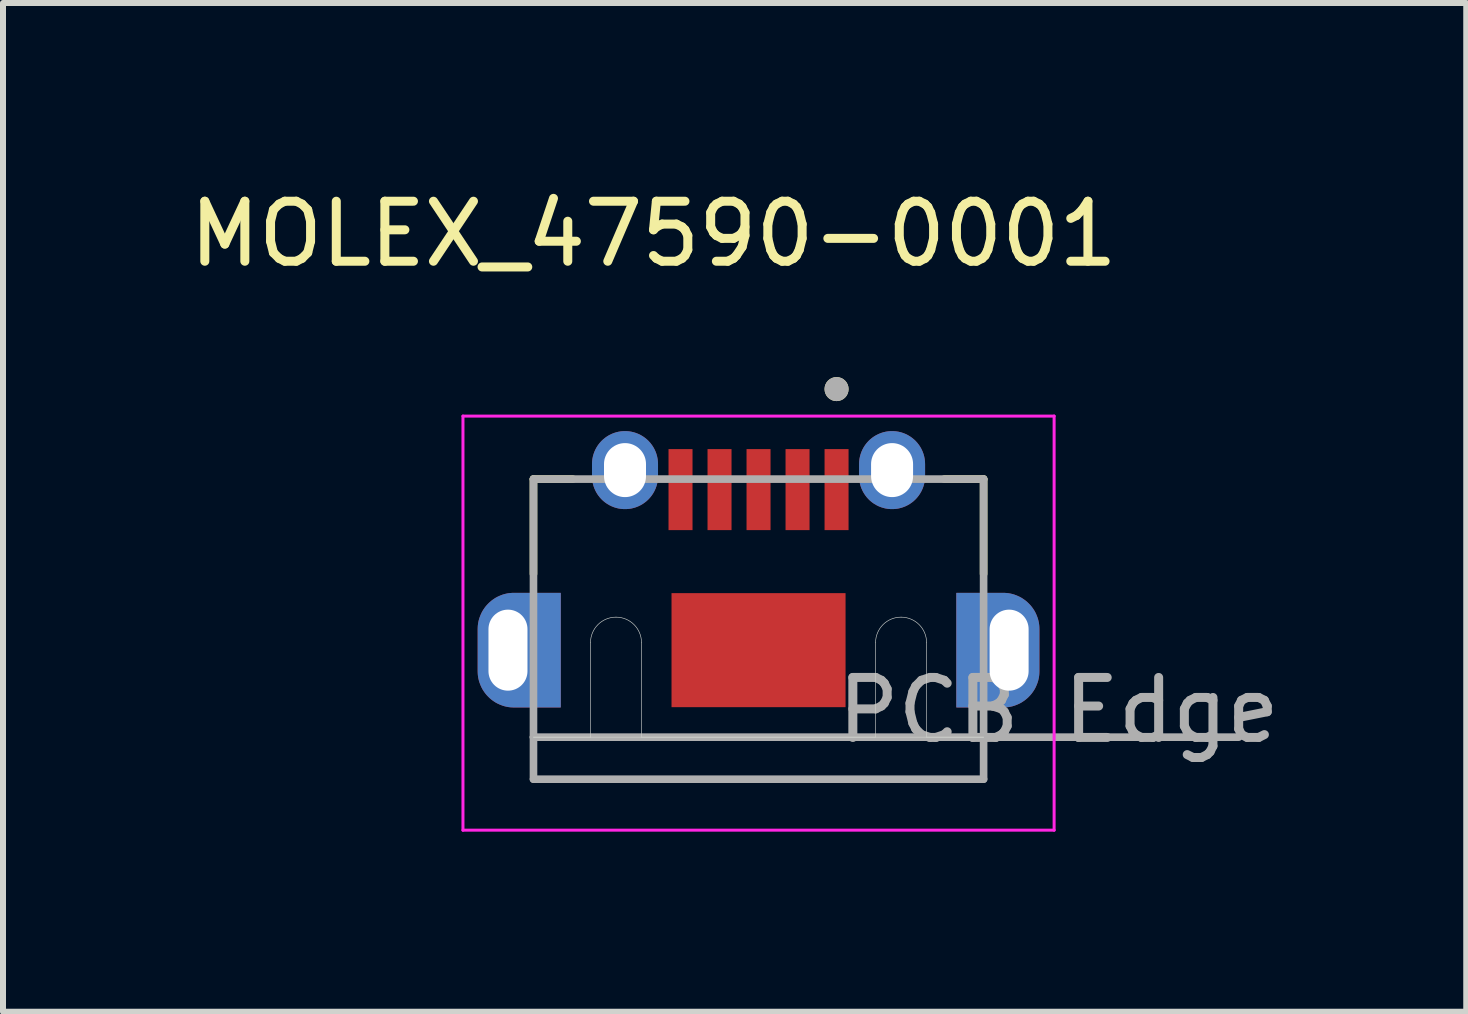
<source format=kicad_pcb>
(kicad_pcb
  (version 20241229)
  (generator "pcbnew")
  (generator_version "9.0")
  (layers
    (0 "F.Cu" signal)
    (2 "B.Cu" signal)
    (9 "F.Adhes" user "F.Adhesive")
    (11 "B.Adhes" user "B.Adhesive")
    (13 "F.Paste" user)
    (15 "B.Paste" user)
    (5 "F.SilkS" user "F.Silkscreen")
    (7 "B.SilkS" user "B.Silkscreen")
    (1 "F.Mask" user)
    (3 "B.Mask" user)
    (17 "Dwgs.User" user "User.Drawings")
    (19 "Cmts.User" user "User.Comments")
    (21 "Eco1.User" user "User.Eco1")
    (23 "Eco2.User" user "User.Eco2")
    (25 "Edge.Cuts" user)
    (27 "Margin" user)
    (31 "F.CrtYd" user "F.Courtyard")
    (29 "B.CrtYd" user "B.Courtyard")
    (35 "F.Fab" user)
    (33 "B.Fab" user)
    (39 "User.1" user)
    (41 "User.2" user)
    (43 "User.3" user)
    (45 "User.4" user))
  (footprint "MOLEX_47590-0001"
    (layer "F.Cu")
    (at 9.589 7.783)
    (property "Reference" "MOLEX_47590-0001" (at -1.75 -6.935 0) (layer "F.SilkS") (effects (font (size 1 1) (thickness 0.15))))
    (attr smd)
    (fp_poly (pts (xy -1.57 -3.42) (xy -1.03 -3.42) (xy -1.03 -1.93) (xy -1.57 -1.93)) (stroke (width 0.01) (type solid)) (fill yes) (layer "F.Mask"))
    (fp_poly (pts (xy -0.92 -3.42) (xy -0.38 -3.42) (xy -0.38 -1.93) (xy -0.92 -1.93)) (stroke (width 0.01) (type solid)) (fill yes) (layer "F.Mask"))
    (fp_poly (pts (xy -0.27 -3.42) (xy 0.27 -3.42) (xy 0.27 -1.93) (xy -0.27 -1.93)) (stroke (width 0.01) (type solid)) (fill yes) (layer "F.Mask"))
    (fp_poly (pts (xy 0.38 -3.42) (xy 0.92 -3.42) (xy 0.92 -1.93) (xy 0.38 -1.93)) (stroke (width 0.01) (type solid)) (fill yes) (layer "F.Mask"))
    (fp_poly (pts (xy 1.03 -3.42) (xy 1.57 -3.42) (xy 1.57 -1.93) (xy 1.03 -1.93)) (stroke (width 0.01) (type solid)) (fill yes) (layer "F.Mask"))
    (fp_poly (pts (xy -3.2 -1.05) (xy -4.075 -1.05) (xy -4.112 -1.049) (xy -4.148 -1.046) (xy -4.185 -1.041) (xy -4.221 -1.035) (xy -4.256 -1.026) (xy -4.291 -1.016) (xy -4.326 -1.004) (xy -4.36 -0.989) (xy -4.393 -0.974) (xy -4.425 -0.956) (xy -4.456 -0.937) (xy -4.486 -0.916) (xy -4.516 -0.894) (xy -4.543 -0.87) (xy -4.57 -0.845) (xy -4.595 -0.818) (xy -4.619 -0.791) (xy -4.641 -0.761) (xy -4.662 -0.731) (xy -4.681 -0.7) (xy -4.699 -0.668) (xy -4.714 -0.635) (xy -4.729 -0.601) (xy -4.741 -0.566) (xy -4.751 -0.531) (xy -4.76 -0.496) (xy -4.766 -0.46) (xy -4.771 -0.423) (xy -4.774 -0.387) (xy -4.775 -0.35) (xy -4.775 0.35) (xy -4.774 0.387) (xy -4.771 0.423) (xy -4.766 0.46) (xy -4.76 0.496) (xy -4.751 0.531) (xy -4.741 0.566) (xy -4.729 0.601) (xy -4.714 0.635) (xy -4.699 0.668) (xy -4.681 0.7) (xy -4.662 0.731) (xy -4.641 0.761) (xy -4.619 0.791) (xy -4.595 0.818) (xy -4.57 0.845) (xy -4.543 0.87) (xy -4.516 0.894) (xy -4.486 0.916) (xy -4.456 0.937) (xy -4.425 0.956) (xy -4.393 0.974) (xy -4.36 0.989) (xy -4.326 1.004) (xy -4.291 1.016) (xy -4.256 1.026) (xy -4.221 1.035) (xy -4.185 1.041) (xy -4.148 1.046) (xy -4.112 1.049) (xy -4.075 1.05) (xy -3.2 1.05) (xy -3.2 -1.05)) (stroke (width 0.01) (type solid)) (fill yes) (layer "F.Mask"))
    (fp_poly (pts (xy 3.2 -1.05) (xy 4.075 -1.05) (xy 4.112 -1.049) (xy 4.148 -1.046) (xy 4.185 -1.041) (xy 4.221 -1.035) (xy 4.256 -1.026) (xy 4.291 -1.016) (xy 4.326 -1.004) (xy 4.36 -0.989) (xy 4.393 -0.974) (xy 4.425 -0.956) (xy 4.456 -0.937) (xy 4.486 -0.916) (xy 4.516 -0.894) (xy 4.543 -0.87) (xy 4.57 -0.845) (xy 4.595 -0.818) (xy 4.619 -0.791) (xy 4.641 -0.761) (xy 4.662 -0.731) (xy 4.681 -0.7) (xy 4.699 -0.668) (xy 4.714 -0.635) (xy 4.729 -0.601) (xy 4.741 -0.566) (xy 4.751 -0.531) (xy 4.76 -0.496) (xy 4.766 -0.46) (xy 4.771 -0.423) (xy 4.774 -0.387) (xy 4.775 -0.35) (xy 4.775 0.35) (xy 4.774 0.387) (xy 4.771 0.423) (xy 4.766 0.46) (xy 4.76 0.496) (xy 4.751 0.531) (xy 4.741 0.566) (xy 4.729 0.601) (xy 4.714 0.635) (xy 4.699 0.668) (xy 4.681 0.7) (xy 4.662 0.731) (xy 4.641 0.761) (xy 4.619 0.791) (xy 4.595 0.818) (xy 4.57 0.845) (xy 4.543 0.87) (xy 4.516 0.894) (xy 4.486 0.916) (xy 4.456 0.937) (xy 4.425 0.956) (xy 4.393 0.974) (xy 4.36 0.989) (xy 4.326 1.004) (xy 4.291 1.016) (xy 4.256 1.026) (xy 4.221 1.035) (xy 4.185 1.041) (xy 4.148 1.046) (xy 4.112 1.049) (xy 4.075 1.05) (xy 3.2 1.05) (xy 3.2 -1.05)) (stroke (width 0.01) (type solid)) (fill yes) (layer "F.Mask"))
    (fp_poly (pts (xy -3.2 -1.05) (xy -4.075 -1.05) (xy -4.112 -1.049) (xy -4.148 -1.046) (xy -4.185 -1.041) (xy -4.221 -1.035) (xy -4.256 -1.026) (xy -4.291 -1.016) (xy -4.326 -1.004) (xy -4.36 -0.989) (xy -4.393 -0.974) (xy -4.425 -0.956) (xy -4.456 -0.937) (xy -4.486 -0.916) (xy -4.516 -0.894) (xy -4.543 -0.87) (xy -4.57 -0.845) (xy -4.595 -0.818) (xy -4.619 -0.791) (xy -4.641 -0.761) (xy -4.662 -0.731) (xy -4.681 -0.7) (xy -4.699 -0.668) (xy -4.714 -0.635) (xy -4.729 -0.601) (xy -4.741 -0.566) (xy -4.751 -0.531) (xy -4.76 -0.496) (xy -4.766 -0.46) (xy -4.771 -0.423) (xy -4.774 -0.387) (xy -4.775 -0.35) (xy -4.775 0.35) (xy -4.774 0.387) (xy -4.771 0.423) (xy -4.766 0.46) (xy -4.76 0.496) (xy -4.751 0.531) (xy -4.741 0.566) (xy -4.729 0.601) (xy -4.714 0.635) (xy -4.699 0.668) (xy -4.681 0.7) (xy -4.662 0.731) (xy -4.641 0.761) (xy -4.619 0.791) (xy -4.595 0.818) (xy -4.57 0.845) (xy -4.543 0.87) (xy -4.516 0.894) (xy -4.486 0.916) (xy -4.456 0.937) (xy -4.425 0.956) (xy -4.393 0.974) (xy -4.36 0.989) (xy -4.326 1.004) (xy -4.291 1.016) (xy -4.256 1.026) (xy -4.221 1.035) (xy -4.185 1.041) (xy -4.148 1.046) (xy -4.112 1.049) (xy -4.075 1.05) (xy -3.2 1.05) (xy -3.2 -1.05)) (stroke (width 0.01) (type solid)) (fill yes) (layer "B.Mask"))
    (fp_poly (pts (xy 3.2 -1.05) (xy 4.075 -1.05) (xy 4.112 -1.049) (xy 4.148 -1.046) (xy 4.185 -1.041) (xy 4.221 -1.035) (xy 4.256 -1.026) (xy 4.291 -1.016) (xy 4.326 -1.004) (xy 4.36 -0.989) (xy 4.393 -0.974) (xy 4.425 -0.956) (xy 4.456 -0.937) (xy 4.486 -0.916) (xy 4.516 -0.894) (xy 4.543 -0.87) (xy 4.57 -0.845) (xy 4.595 -0.818) (xy 4.619 -0.791) (xy 4.641 -0.761) (xy 4.662 -0.731) (xy 4.681 -0.7) (xy 4.699 -0.668) (xy 4.714 -0.635) (xy 4.729 -0.601) (xy 4.741 -0.566) (xy 4.751 -0.531) (xy 4.76 -0.496) (xy 4.766 -0.46) (xy 4.771 -0.423) (xy 4.774 -0.387) (xy 4.775 -0.35) (xy 4.775 0.35) (xy 4.774 0.387) (xy 4.771 0.423) (xy 4.766 0.46) (xy 4.76 0.496) (xy 4.751 0.531) (xy 4.741 0.566) (xy 4.729 0.601) (xy 4.714 0.635) (xy 4.699 0.668) (xy 4.681 0.7) (xy 4.662 0.731) (xy 4.641 0.761) (xy 4.619 0.791) (xy 4.595 0.818) (xy 4.57 0.845) (xy 4.543 0.87) (xy 4.516 0.894) (xy 4.486 0.916) (xy 4.456 0.937) (xy 4.425 0.956) (xy 4.393 0.974) (xy 4.36 0.989) (xy 4.326 1.004) (xy 4.291 1.016) (xy 4.256 1.026) (xy 4.221 1.035) (xy 4.185 1.041) (xy 4.148 1.046) (xy 4.112 1.049) (xy 4.075 1.05) (xy 3.2 1.05) (xy 3.2 -1.05)) (stroke (width 0.01) (type solid)) (fill yes) (layer "B.Mask"))
    (fp_line (start -3.75 -2.85) (end -3.095 -2.85) (stroke (width 0.127) (type solid)) (layer "F.SilkS"))
    (fp_line (start -3.75 -1.27) (end -3.75 -2.85) (stroke (width 0.127) (type solid)) (layer "F.SilkS"))
    (fp_line (start 3.095 -2.85) (end 3.75 -2.85) (stroke (width 0.127) (type solid)) (layer "F.SilkS"))
    (fp_line (start 3.75 -2.85) (end 3.75 -1.27) (stroke (width 0.127) (type solid)) (layer "F.SilkS"))
    (fp_circle (center 1.3 -4.35) (end 1.4 -4.35) (stroke (width 0.2) (type solid)) (fill no) (layer "F.SilkS"))
    (fp_line (start -3.75 1.45) (end -2.8 1.45) (stroke (width 0.01) (type solid)) (layer "Edge.Cuts"))
    (fp_line (start -2.8 1.45) (end -2.8 -0.125) (stroke (width 0.01) (type solid)) (layer "Edge.Cuts"))
    (fp_line (start -1.95 -0.125) (end -1.95 1.45) (stroke (width 0.01) (type solid)) (layer "Edge.Cuts"))
    (fp_line (start -1.95 1.45) (end 1.95 1.45) (stroke (width 0.01) (type solid)) (layer "Edge.Cuts"))
    (fp_line (start 1.95 1.45) (end 1.95 -0.125) (stroke (width 0.01) (type solid)) (layer "Edge.Cuts"))
    (fp_line (start 2.8 -0.125) (end 2.8 1.45) (stroke (width 0.01) (type solid)) (layer "Edge.Cuts"))
    (fp_line (start 2.8 1.45) (end 3.75 1.45) (stroke (width 0.01) (type solid)) (layer "Edge.Cuts"))
    (fp_line (start 3.75 1.45) (end -3.75 1.45) (stroke (width 0.01) (type solid)) (layer "Edge.Cuts"))
    (fp_arc (start -2.8 -0.125) (mid -2.67552 -0.42552) (end -2.375 -0.55) (stroke (width 0.01) (type solid)) (layer "Edge.Cuts"))
    (fp_arc (start -2.375 -0.55) (mid -2.07448 -0.42552) (end -1.95 -0.125) (stroke (width 0.01) (type solid)) (layer "Edge.Cuts"))
    (fp_arc (start 1.95 -0.125) (mid 2.07448 -0.42552) (end 2.375 -0.55) (stroke (width 0.01) (type solid)) (layer "Edge.Cuts"))
    (fp_arc (start 2.375 -0.55) (mid 2.67552 -0.42552) (end 2.8 -0.125) (stroke (width 0.01) (type solid)) (layer "Edge.Cuts"))
    (fp_line (start -4.925 -3.9) (end -4.925 3) (stroke (width 0.05) (type solid)) (layer "F.CrtYd"))
    (fp_line (start -4.925 3) (end 4.925 3) (stroke (width 0.05) (type solid)) (layer "F.CrtYd"))
    (fp_line (start 4.925 -3.9) (end -4.925 -3.9) (stroke (width 0.05) (type solid)) (layer "F.CrtYd"))
    (fp_line (start 4.925 3) (end 4.925 -3.9) (stroke (width 0.05) (type solid)) (layer "F.CrtYd"))
    (fp_line (start -3.75 -2.85) (end 3.75 -2.85) (stroke (width 0.127) (type solid)) (layer "F.Fab"))
    (fp_line (start -3.75 1.45) (end -3.75 -2.85) (stroke (width 0.127) (type solid)) (layer "F.Fab"))
    (fp_line (start -3.75 1.45) (end 8 1.45) (stroke (width 0.127) (type solid)) (layer "F.Fab"))
    (fp_line (start -3.75 2.15) (end -3.75 1.45) (stroke (width 0.127) (type solid)) (layer "F.Fab"))
    (fp_line (start 3.75 -2.85) (end 3.75 2.15) (stroke (width 0.127) (type solid)) (layer "F.Fab"))
    (fp_line (start 3.75 2.15) (end -3.75 2.15) (stroke (width 0.127) (type solid)) (layer "F.Fab"))
    (fp_circle (center 1.3 -4.35) (end 1.4 -4.35) (stroke (width 0.2) (type solid)) (fill no) (layer "F.Fab"))
    (fp_text user "PCB Edge" (at 5 1 0) (layer "F.Fab") (effects (font (size 1 1) (thickness 0.15))))
    (pad "1" smd rect (at 1.3 -2.675) (size 0.4 1.35) (layers "F.Cu" "F.Paste"))
    (pad "2" smd rect (at 0.65 -2.675) (size 0.4 1.35) (layers "F.Cu" "F.Paste"))
    (pad "3" smd rect (at 0 -2.675) (size 0.4 1.35) (layers "F.Cu" "F.Paste"))
    (pad "4" smd rect (at -0.65 -2.675) (size 0.4 1.35) (layers "F.Cu" "F.Paste"))
    (pad "5" smd rect (at -1.3 -2.675) (size 0.4 1.35) (layers "F.Cu" "F.Paste"))
    (pad "SH1" thru_hole custom (at -4.175 0) (size 1 1.9) (drill oval 0.65 1.35) (layers "*.Cu") (options (anchor circle)) (primitives (gr_poly (pts (xy 0.875 -0.95) (xy 0.1 -0.95) (xy 0.069 -0.949) (xy 0.037 -0.947) (xy 0.006 -0.943) (xy -0.025 -0.937) (xy -0.055 -0.93) (xy -0.085 -0.921) (xy -0.115 -0.91) (xy -0.144 -0.898) (xy -0.172 -0.885) (xy -0.2 -0.87) (xy -0.227 -0.853) (xy -0.253 -0.835) (xy -0.278 -0.816) (xy -0.301 -0.796) (xy -0.324 -0.774) (xy -0.346 -0.751) (xy -0.366 -0.728) (xy -0.385 -0.703) (xy -0.403 -0.677) (xy -0.42 -0.65) (xy -0.435 -0.622) (xy -0.448 -0.594) (xy -0.46 -0.565) (xy -0.471 -0.535) (xy -0.48 -0.505) (xy -0.487 -0.475) (xy -0.493 -0.444) (xy -0.497 -0.413) (xy -0.499 -0.381) (xy -0.5 -0.35) (xy -0.5 0.35) (xy -0.499 0.381) (xy -0.497 0.413) (xy -0.493 0.444) (xy -0.487 0.475) (xy -0.48 0.505) (xy -0.471 0.535) (xy -0.46 0.565) (xy -0.448 0.594) (xy -0.435 0.622) (xy -0.42 0.65) (xy -0.403 0.677) (xy -0.385 0.703) (xy -0.366 0.728) (xy -0.346 0.751) (xy -0.324 0.774) (xy -0.301 0.796) (xy -0.278 0.816) (xy -0.253 0.835) (xy -0.227 0.853) (xy -0.2 0.87) (xy -0.172 0.885) (xy -0.144 0.898) (xy -0.115 0.91) (xy -0.085 0.921) (xy -0.055 0.93) (xy -0.025 0.937) (xy 0.006 0.943) (xy 0.037 0.947) (xy 0.069 0.949) (xy 0.1 0.95) (xy 0.875 0.95) (xy 0.875 -0.95)) (width 0.01) (fill yes))))
    (pad "SH2" thru_hole custom (at 4.175 0) (size 1 1.9) (drill oval 0.65 1.35) (layers "*.Cu") (options (anchor circle)) (primitives (gr_poly (pts (xy -0.875 -0.95) (xy -0.1 -0.95) (xy -0.069 -0.949) (xy -0.037 -0.947) (xy -0.006 -0.943) (xy 0.025 -0.937) (xy 0.055 -0.93) (xy 0.085 -0.921) (xy 0.115 -0.91) (xy 0.144 -0.898) (xy 0.172 -0.885) (xy 0.2 -0.87) (xy 0.227 -0.853) (xy 0.253 -0.835) (xy 0.278 -0.816) (xy 0.301 -0.796) (xy 0.324 -0.774) (xy 0.346 -0.751) (xy 0.366 -0.728) (xy 0.385 -0.703) (xy 0.403 -0.677) (xy 0.42 -0.65) (xy 0.435 -0.622) (xy 0.448 -0.594) (xy 0.46 -0.565) (xy 0.471 -0.535) (xy 0.48 -0.505) (xy 0.487 -0.475) (xy 0.493 -0.444) (xy 0.497 -0.413) (xy 0.499 -0.381) (xy 0.5 -0.35) (xy 0.5 0.35) (xy 0.499 0.381) (xy 0.497 0.413) (xy 0.493 0.444) (xy 0.487 0.475) (xy 0.48 0.505) (xy 0.471 0.535) (xy 0.46 0.565) (xy 0.448 0.594) (xy 0.435 0.622) (xy 0.42 0.65) (xy 0.403 0.677) (xy 0.385 0.703) (xy 0.366 0.728) (xy 0.346 0.751) (xy 0.324 0.774) (xy 0.301 0.796) (xy 0.278 0.816) (xy 0.253 0.835) (xy 0.227 0.853) (xy 0.2 0.87) (xy 0.172 0.885) (xy 0.144 0.898) (xy 0.115 0.91) (xy 0.085 0.921) (xy 0.055 0.93) (xy 0.025 0.937) (xy -0.006 0.943) (xy -0.037 0.947) (xy -0.069 0.949) (xy -0.1 0.95) (xy -0.875 0.95) (xy -0.875 -0.95)) (width 0.01) (fill yes))))
    (pad "SH3" thru_hole oval (at -2.225 -3) (size 1.1 1.3) (drill oval 0.7 0.9) (layers "*.Cu" "*.Mask"))
    (pad "SH4" thru_hole oval (at 2.225 -3) (size 1.1 1.3) (drill oval 0.7 0.9) (layers "*.Cu" "*.Mask"))
    (pad "SH5" smd rect (at 0 0) (size 2.9 1.9) (layers "F.Cu" "F.Mask" "F.Paste")))
  (gr_rect
    (start -3 -3)
    (end 21.381 13.808)
    (stroke (width 0.1) (type default))
    (fill no)
    (layer "Edge.Cuts")))
</source>
